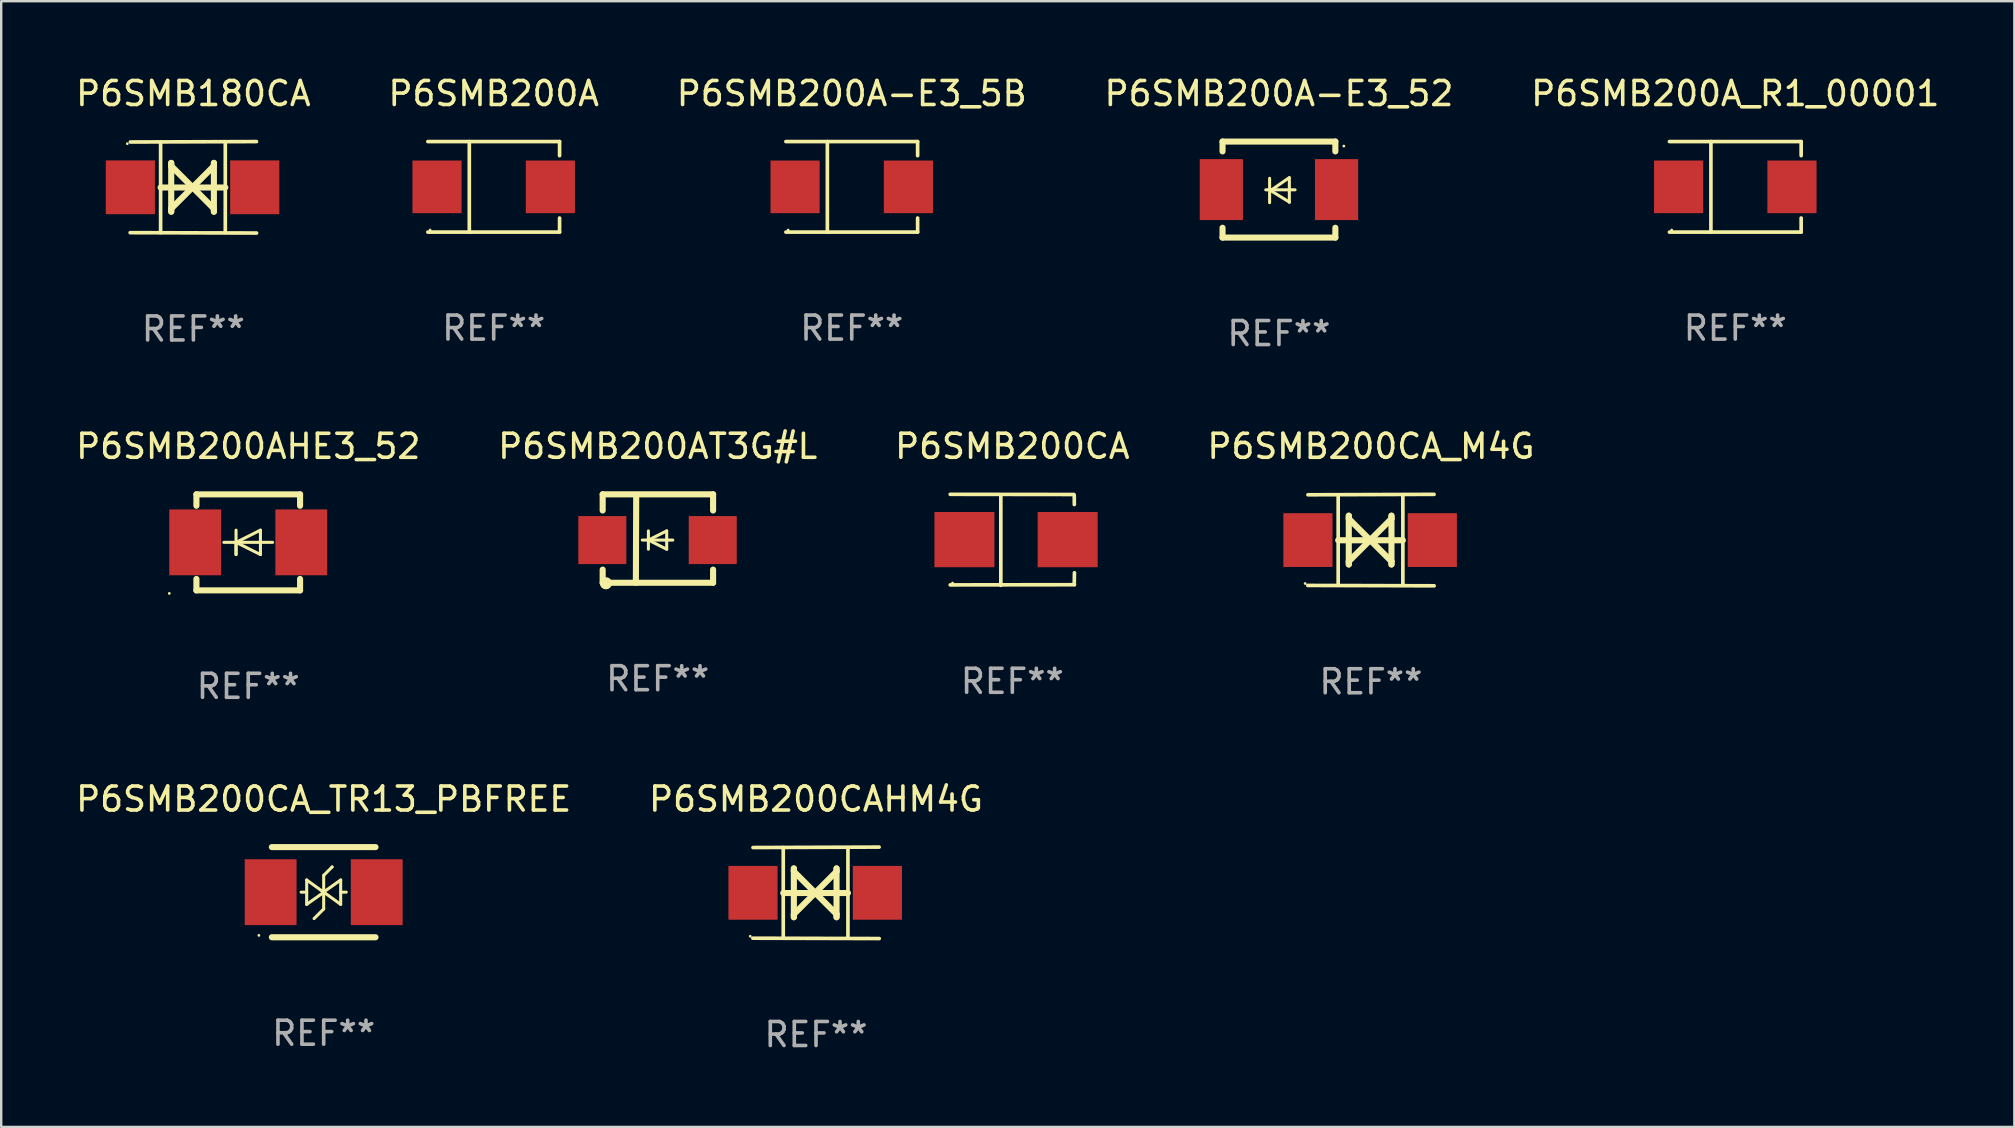
<source format=kicad_pcb>
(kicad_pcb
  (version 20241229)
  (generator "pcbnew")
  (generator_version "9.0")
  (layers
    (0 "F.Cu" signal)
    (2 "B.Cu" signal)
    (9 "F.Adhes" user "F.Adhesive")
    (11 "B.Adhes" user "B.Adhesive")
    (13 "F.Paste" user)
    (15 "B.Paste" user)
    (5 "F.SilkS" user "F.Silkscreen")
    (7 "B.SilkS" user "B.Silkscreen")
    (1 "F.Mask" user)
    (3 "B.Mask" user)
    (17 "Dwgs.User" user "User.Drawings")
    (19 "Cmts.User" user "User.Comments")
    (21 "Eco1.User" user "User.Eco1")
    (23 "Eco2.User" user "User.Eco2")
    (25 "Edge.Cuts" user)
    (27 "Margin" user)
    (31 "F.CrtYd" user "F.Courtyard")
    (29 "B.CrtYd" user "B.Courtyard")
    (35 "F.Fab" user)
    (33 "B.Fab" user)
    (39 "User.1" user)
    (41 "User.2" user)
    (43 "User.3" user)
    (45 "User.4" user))
  (footprint "P6SMB200CA_M4G"
    (layer "F.Cu")
    (at 54.065 19.45)
    (property "Reference" "P6SMB200CA_M4G" (at 0 -3.905 0) (layer "F.SilkS") (effects (font (size 1 1) (thickness 0.15))))
    (attr through_hole)
    (fp_line (start -1.365 1.886) (end -1.365 -1.886) (stroke (width 0.152) (type solid)) (layer "F.SilkS"))
    (fp_line (start -1.365 0.008) (end 1.33 0.008) (stroke (width 0.254) (type solid)) (layer "F.SilkS"))
    (fp_line (start -0.923 -1.016) (end -0.923 1.016) (stroke (width 0.254) (type solid)) (layer "F.SilkS"))
    (fp_line (start -0.923 -0.889) (end -0.923 -1.016) (stroke (width 0.254) (type solid)) (layer "F.SilkS"))
    (fp_line (start -0.923 0.889) (end -0.034 0) (stroke (width 0.254) (type solid)) (layer "F.SilkS"))
    (fp_line (start -0.923 1.016) (end -0.923 0.889) (stroke (width 0.254) (type solid)) (layer "F.SilkS"))
    (fp_line (start -0.034 0) (end -0.923 -0.889) (stroke (width 0.254) (type solid)) (layer "F.SilkS"))
    (fp_line (start -0.034 0) (end 0.855 0.889) (stroke (width 0.254) (type solid)) (layer "F.SilkS"))
    (fp_line (start 0.855 -1.016) (end 0.855 -0.889) (stroke (width 0.254) (type solid)) (layer "F.SilkS"))
    (fp_line (start 0.855 -0.889) (end -0.034 0) (stroke (width 0.254) (type solid)) (layer "F.SilkS"))
    (fp_line (start 0.855 0.889) (end 0.855 1.016) (stroke (width 0.254) (type solid)) (layer "F.SilkS"))
    (fp_line (start 0.855 1.016) (end 0.855 -1.016) (stroke (width 0.254) (type solid)) (layer "F.SilkS"))
    (fp_line (start 1.33 1.886) (end 1.33 -1.886) (stroke (width 0.152) (type solid)) (layer "F.SilkS"))
    (fp_line (start 2.629 -1.905) (end -2.625 -1.887) (stroke (width 0.152) (type solid)) (layer "F.SilkS"))
    (fp_line (start 2.633 1.905) (end -2.633 1.89) (stroke (width 0.152) (type solid)) (layer "F.SilkS"))
    (fp_circle (center -2.741 1.81) (end -2.711 1.81) (stroke (width 0.06) (type solid)) (fill no) (layer "F.SilkS"))
    (fp_text user "REF**" (at 0 5.905 0) (layer "F.Fab") (effects (font (size 1 1) (thickness 0.15))))
    (pad "1" smd rect (at -2.625 0) (size 2.047 2.241) (layers "F.Cu" "F.Mask" "F.Paste"))
    (pad "2" smd rect (at 2.557 0) (size 2.047 2.241) (layers "F.Cu" "F.Mask" "F.Paste")))
  (footprint "P6SMB200AHE3_52"
    (layer "F.Cu")
    (at 7.292 19.545)
    (property "Reference" "P6SMB200AHE3_52" (at 0 -4 0) (layer "F.SilkS") (effects (font (size 1 1) (thickness 0.15))))
    (attr through_hole)
    (fp_line (start -2.159 -2) (end 2.159 -2) (stroke (width 0.254) (type solid)) (layer "F.SilkS"))
    (fp_line (start -2.159 -1.524) (end -2.159 -2) (stroke (width 0.254) (type solid)) (layer "F.SilkS"))
    (fp_line (start -2.159 1.524) (end -2.159 2) (stroke (width 0.254) (type solid)) (layer "F.SilkS"))
    (fp_line (start -2.159 2) (end 2.159 2) (stroke (width 0.254) (type solid)) (layer "F.SilkS"))
    (fp_line (start -0.508 0) (end -0.508 0.508) (stroke (width 0.127) (type solid)) (layer "F.SilkS"))
    (fp_line (start -0.508 0) (end 0.508 0.508) (stroke (width 0.127) (type solid)) (layer "F.SilkS"))
    (fp_line (start -0.508 0.508) (end -0.508 -0.508) (stroke (width 0.127) (type solid)) (layer "F.SilkS"))
    (fp_line (start 0.508 -0.508) (end -0.508 0) (stroke (width 0.127) (type solid)) (layer "F.SilkS"))
    (fp_line (start 0.508 0.508) (end 0.508 -0.508) (stroke (width 0.127) (type solid)) (layer "F.SilkS"))
    (fp_line (start 1.016 0) (end -1.016 0) (stroke (width 0.127) (type solid)) (layer "F.SilkS"))
    (fp_line (start 2.159 -2) (end 2.159 -1.524) (stroke (width 0.254) (type solid)) (layer "F.SilkS"))
    (fp_line (start 2.159 2) (end 2.159 1.524) (stroke (width 0.254) (type solid)) (layer "F.SilkS"))
    (fp_circle (center -3.289 2.127) (end -3.259 2.127) (stroke (width 0.06) (type solid)) (fill no) (layer "F.SilkS"))
    (fp_text user "REF**" (at 0 6 0) (layer "F.Fab") (effects (font (size 1 1) (thickness 0.15))))
    (pad "1" smd rect (at -2.21 0 180) (size 2.159 2.743) (layers "F.Cu" "F.Mask" "F.Paste"))
    (pad "2" smd rect (at 2.21 0 180) (size 2.159 2.743) (layers "F.Cu" "F.Mask" "F.Paste")))
  (footprint "P6SMB200A"
    (layer "F.Cu")
    (at 17.518 4.734)
    (property "Reference" "P6SMB200A" (at 0 -3.886 0) (layer "F.SilkS") (effects (font (size 1 1) (thickness 0.15))))
    (attr through_hole)
    (fp_line (start -2.744 -1.886) (end 2.744 -1.886) (stroke (width 0.152) (type solid)) (layer "F.SilkS"))
    (fp_line (start -2.744 1.886) (end 2.744 1.886) (stroke (width 0.152) (type solid)) (layer "F.SilkS"))
    (fp_line (start -1.016 -1.886) (end -1.016 1.886) (stroke (width 0.152) (type solid)) (layer "F.SilkS"))
    (fp_line (start 2.744 -1.886) (end 2.744 -1.299) (stroke (width 0.152) (type solid)) (layer "F.SilkS"))
    (fp_line (start 2.744 1.886) (end 2.744 1.299) (stroke (width 0.152) (type solid)) (layer "F.SilkS"))
    (fp_circle (center -2.65 1.8) (end -2.62 1.8) (stroke (width 0.06) (type solid)) (fill no) (layer "F.SilkS"))
    (fp_text user "REF**" (at 0 5.886 0) (layer "F.Fab") (effects (font (size 1 1) (thickness 0.15))))
    (pad "1" smd rect (at -2.361 0) (size 2.047 2.192) (layers "F.Cu" "F.Mask" "F.Paste"))
    (pad "2" smd rect (at 2.361 0) (size 2.047 2.192) (layers "F.Cu" "F.Mask" "F.Paste")))
  (footprint "P6SMB200A-E3_52"
    (layer "F.Cu")
    (at 50.232 4.848)
    (property "Reference" "P6SMB200A-E3_52" (at 0 -4 0) (layer "F.SilkS") (effects (font (size 1 1) (thickness 0.15))))
    (attr through_hole)
    (fp_line (start -2.35 -2) (end -2.35 -1.591) (stroke (width 0.254) (type solid)) (layer "F.SilkS"))
    (fp_line (start -2.35 -2) (end 2.35 -2) (stroke (width 0.254) (type solid)) (layer "F.SilkS"))
    (fp_line (start -2.35 1.591) (end -2.35 2) (stroke (width 0.254) (type solid)) (layer "F.SilkS"))
    (fp_line (start -2.35 2) (end 2.35 2) (stroke (width 0.254) (type solid)) (layer "F.SilkS"))
    (fp_line (start -0.548 0.01) (end 0.671 0.01) (stroke (width 0.127) (type solid)) (layer "F.SilkS"))
    (fp_line (start -0.389 -0.47) (end -0.389 0.546) (stroke (width 0.127) (type solid)) (layer "F.SilkS"))
    (fp_line (start -0.35 0.04) (end 0.433 0.52) (stroke (width 0.127) (type solid)) (layer "F.SilkS"))
    (fp_line (start 0.433 -0.5) (end -0.35 0.04) (stroke (width 0.127) (type solid)) (layer "F.SilkS"))
    (fp_line (start 0.433 0.53) (end 0.433 -0.486) (stroke (width 0.127) (type solid)) (layer "F.SilkS"))
    (fp_line (start 2.35 -2) (end 2.35 -1.591) (stroke (width 0.254) (type solid)) (layer "F.SilkS"))
    (fp_line (start 2.35 1.591) (end 2.35 2) (stroke (width 0.254) (type solid)) (layer "F.SilkS"))
    (fp_circle (center 2.704 -1.813) (end 2.734 -1.813) (stroke (width 0.06) (type solid)) (fill no) (layer "F.SilkS"))
    (fp_text user "REF**" (at 0 6 0) (layer "F.Fab") (effects (font (size 1 1) (thickness 0.15))))
    (pad "1" smd rect (at 2.4 0) (size 1.8 2.54) (layers "F.Cu" "F.Mask" "F.Paste"))
    (pad "2" smd rect (at -2.4 0) (size 1.8 2.54) (layers "F.Cu" "F.Mask" "F.Paste")))
  (footprint "P6SMB180CA"
    (layer "F.Cu")
    (at 5.006 4.753)
    (property "Reference" "P6SMB180CA" (at 0 -3.905 0) (layer "F.SilkS") (effects (font (size 1 1) (thickness 0.15))))
    (attr through_hole)
    (fp_line (start -1.365 1.886) (end -1.365 -1.886) (stroke (width 0.152) (type solid)) (layer "F.SilkS"))
    (fp_line (start -1.365 0.008) (end 1.33 0.008) (stroke (width 0.254) (type solid)) (layer "F.SilkS"))
    (fp_line (start -0.923 -1.016) (end -0.923 1.016) (stroke (width 0.254) (type solid)) (layer "F.SilkS"))
    (fp_line (start -0.923 -0.889) (end -0.923 -1.016) (stroke (width 0.254) (type solid)) (layer "F.SilkS"))
    (fp_line (start -0.923 0.889) (end -0.034 0) (stroke (width 0.254) (type solid)) (layer "F.SilkS"))
    (fp_line (start -0.923 1.016) (end -0.923 0.889) (stroke (width 0.254) (type solid)) (layer "F.SilkS"))
    (fp_line (start -0.034 0) (end -0.923 -0.889) (stroke (width 0.254) (type solid)) (layer "F.SilkS"))
    (fp_line (start -0.034 0) (end 0.855 0.889) (stroke (width 0.254) (type solid)) (layer "F.SilkS"))
    (fp_line (start 0.855 -1.016) (end 0.855 -0.889) (stroke (width 0.254) (type solid)) (layer "F.SilkS"))
    (fp_line (start 0.855 -0.889) (end -0.034 0) (stroke (width 0.254) (type solid)) (layer "F.SilkS"))
    (fp_line (start 0.855 0.889) (end 0.855 1.016) (stroke (width 0.254) (type solid)) (layer "F.SilkS"))
    (fp_line (start 0.855 1.016) (end 0.855 -1.016) (stroke (width 0.254) (type solid)) (layer "F.SilkS"))
    (fp_line (start 1.33 1.886) (end 1.33 -1.886) (stroke (width 0.152) (type solid)) (layer "F.SilkS"))
    (fp_line (start 2.629 -1.905) (end -2.625 -1.887) (stroke (width 0.152) (type solid)) (layer "F.SilkS"))
    (fp_line (start 2.633 1.905) (end -2.633 1.89) (stroke (width 0.152) (type solid)) (layer "F.SilkS"))
    (fp_circle (center -2.753 -1.816) (end -2.723 -1.816) (stroke (width 0.06) (type solid)) (fill no) (layer "F.SilkS"))
    (fp_text user "REF**" (at 0 5.905 0) (layer "F.Fab") (effects (font (size 1 1) (thickness 0.15))))
    (pad "1" smd rect (at -2.625 0) (size 2.047 2.241) (layers "F.Cu" "F.Mask" "F.Paste"))
    (pad "2" smd rect (at 2.557 0) (size 2.047 2.241) (layers "F.Cu" "F.Mask" "F.Paste")))
  (footprint "P6SMB200A-E3_5B"
    (layer "F.Cu")
    (at 32.435 4.734)
    (property "Reference" "P6SMB200A-E3_5B" (at 0 -3.886 0) (layer "F.SilkS") (effects (font (size 1 1) (thickness 0.15))))
    (attr through_hole)
    (fp_line (start -2.744 -1.886) (end 2.744 -1.886) (stroke (width 0.152) (type solid)) (layer "F.SilkS"))
    (fp_line (start -2.744 1.886) (end 2.744 1.886) (stroke (width 0.152) (type solid)) (layer "F.SilkS"))
    (fp_line (start -1.016 -1.886) (end -1.016 1.886) (stroke (width 0.152) (type solid)) (layer "F.SilkS"))
    (fp_line (start 2.744 -1.886) (end 2.744 -1.299) (stroke (width 0.152) (type solid)) (layer "F.SilkS"))
    (fp_line (start 2.744 1.886) (end 2.744 1.299) (stroke (width 0.152) (type solid)) (layer "F.SilkS"))
    (fp_circle (center -2.65 1.8) (end -2.62 1.8) (stroke (width 0.06) (type solid)) (fill no) (layer "F.SilkS"))
    (fp_text user "REF**" (at 0 5.886 0) (layer "F.Fab") (effects (font (size 1 1) (thickness 0.15))))
    (pad "1" smd rect (at -2.361 0) (size 2.047 2.192) (layers "F.Cu" "F.Mask" "F.Paste"))
    (pad "2" smd rect (at 2.361 0) (size 2.047 2.192) (layers "F.Cu" "F.Mask" "F.Paste")))
  (footprint "P6SMB200CA"
    (layer "F.Cu")
    (at 39.125 19.44)
    (property "Reference" "P6SMB200CA" (at 0 -3.896 0) (layer "F.SilkS") (effects (font (size 1 1) (thickness 0.15))))
    (attr through_hole)
    (fp_line (start -2.588 -1.896) (end 2.568 -1.889) (stroke (width 0.152) (type solid)) (layer "F.SilkS"))
    (fp_line (start -2.588 1.877) (end 2.588 1.87) (stroke (width 0.152) (type solid)) (layer "F.SilkS"))
    (fp_line (start -0.48 1.896) (end -0.48 -1.871) (stroke (width 0.152) (type solid)) (layer "F.SilkS"))
    (fp_line (start 2.579 -1.849) (end 2.582 -1.472) (stroke (width 0.152) (type solid)) (layer "F.SilkS"))
    (fp_line (start 2.579 1.867) (end 2.587 1.372) (stroke (width 0.152) (type solid)) (layer "F.SilkS"))
    (fp_circle (center -2.492 1.801) (end -2.462 1.801) (stroke (width 0.06) (type solid)) (fill no) (layer "F.SilkS"))
    (fp_text user "REF**" (at 0 5.896 0) (layer "F.Fab") (effects (font (size 1 1) (thickness 0.15))))
    (pad "1" smd rect (at -1.995 -0.009) (size 2.5 2.3) (layers "F.Cu" "F.Mask" "F.Paste"))
    (pad "2" smd rect (at 2.305 -0.009) (size 2.5 2.3) (layers "F.Cu" "F.Mask" "F.Paste")))
  (footprint "P6SMB200CA_TR13_PBFREE"
    (layer "F.Cu")
    (at 10.435 34.119)
    (property "Reference" "P6SMB200CA_TR13_PBFREE" (at 0 -3.878 0) (layer "F.SilkS") (effects (font (size 1 1) (thickness 0.15))))
    (attr through_hole)
    (fp_line (start -2.159 -1.878) (end 2.159 -1.878) (stroke (width 0.254) (type solid)) (layer "F.SilkS"))
    (fp_line (start -0.716 0) (end -0.94 0) (stroke (width 0.127) (type solid)) (layer "F.SilkS"))
    (fp_line (start -0.708 -0.508) (end -0.708 0.508) (stroke (width 0.127) (type solid)) (layer "F.SilkS"))
    (fp_line (start -0.708 -0.508) (end 0 0.003) (stroke (width 0.127) (type solid)) (layer "F.SilkS"))
    (fp_line (start -0.708 0.008) (end -0.716 0) (stroke (width 0.127) (type solid)) (layer "F.SilkS"))
    (fp_line (start -0.708 0.508) (end 0 0.007) (stroke (width 0.127) (type solid)) (layer "F.SilkS"))
    (fp_line (start 0 -0.7) (end 0 0.7) (stroke (width 0.127) (type solid)) (layer "F.SilkS"))
    (fp_line (start 0 -0.7) (end 0.35 -1.05) (stroke (width 0.127) (type solid)) (layer "F.SilkS"))
    (fp_line (start 0 0.7) (end -0.4 1.1) (stroke (width 0.127) (type solid)) (layer "F.SilkS"))
    (fp_line (start 0.35 -1.05) (end 0.35 -1.05) (stroke (width 0.127) (type solid)) (layer "F.SilkS"))
    (fp_line (start 0.708 0.008) (end 0.716 0) (stroke (width 0.127) (type solid)) (layer "F.SilkS"))
    (fp_line (start 0.708 0.508) (end 0.708 -0.508) (stroke (width 0.127) (type solid)) (layer "F.SilkS"))
    (fp_line (start 0.708 -0.508) (end 0 -0.007) (stroke (width 0.127) (type solid)) (layer "F.SilkS"))
    (fp_line (start 0.708 0.508) (end 0 -0.003) (stroke (width 0.127) (type solid)) (layer "F.SilkS"))
    (fp_line (start 0.716 0) (end 0.94 0) (stroke (width 0.127) (type solid)) (layer "F.SilkS"))
    (fp_line (start 2.159 1.878) (end -2.159 1.878) (stroke (width 0.254) (type solid)) (layer "F.SilkS"))
    (fp_circle (center -2.7 1.8) (end -2.67 1.8) (stroke (width 0.06) (type solid)) (fill no) (layer "F.SilkS"))
    (fp_text user "REF**" (at 0 5.878 0) (layer "F.Fab") (effects (font (size 1 1) (thickness 0.15))))
    (pad "1" smd rect (at -2.21 0) (size 2.159 2.743) (layers "F.Cu" "F.Mask" "F.Paste"))
    (pad "2" smd rect (at 2.21 0) (size 2.159 2.743) (layers "F.Cu" "F.Mask" "F.Paste")))
  (footprint "P6SMB200A_R1_00001"
    (layer "F.Cu")
    (at 69.244 4.734)
    (property "Reference" "P6SMB200A_R1_00001" (at 0 -3.886 0) (layer "F.SilkS") (effects (font (size 1 1) (thickness 0.15))))
    (attr through_hole)
    (fp_line (start -2.744 -1.886) (end 2.744 -1.886) (stroke (width 0.152) (type solid)) (layer "F.SilkS"))
    (fp_line (start -2.744 1.886) (end 2.744 1.886) (stroke (width 0.152) (type solid)) (layer "F.SilkS"))
    (fp_line (start -1.016 -1.886) (end -1.016 1.886) (stroke (width 0.152) (type solid)) (layer "F.SilkS"))
    (fp_line (start 2.744 -1.886) (end 2.744 -1.299) (stroke (width 0.152) (type solid)) (layer "F.SilkS"))
    (fp_line (start 2.744 1.886) (end 2.744 1.299) (stroke (width 0.152) (type solid)) (layer "F.SilkS"))
    (fp_circle (center -2.65 1.8) (end -2.62 1.8) (stroke (width 0.06) (type solid)) (fill no) (layer "F.SilkS"))
    (fp_text user "REF**" (at 0 5.886 0) (layer "F.Fab") (effects (font (size 1 1) (thickness 0.15))))
    (pad "1" smd rect (at -2.361 0) (size 2.047 2.192) (layers "F.Cu" "F.Mask" "F.Paste"))
    (pad "2" smd rect (at 2.361 0) (size 2.047 2.192) (layers "F.Cu" "F.Mask" "F.Paste")))
  (footprint "P6SMB200AT3G#L"
    (layer "F.Cu")
    (at 24.351 19.386)
    (property "Reference" "P6SMB200AT3G#L" (at 0 -3.842 0) (layer "F.SilkS") (effects (font (size 1 1) (thickness 0.15))))
    (attr through_hole)
    (fp_line (start -2.293 -1.842) (end -2.293 -1.168) (stroke (width 0.254) (type solid)) (layer "F.SilkS"))
    (fp_line (start -2.293 -1.842) (end 2.307 -1.842) (stroke (width 0.254) (type solid)) (layer "F.SilkS"))
    (fp_line (start -2.293 1.295) (end -2.293 1.842) (stroke (width 0.254) (type solid)) (layer "F.SilkS"))
    (fp_line (start -2.293 1.842) (end 2.307 1.842) (stroke (width 0.254) (type solid)) (layer "F.SilkS"))
    (fp_line (start -0.896 -1.736) (end -0.91 1.842) (stroke (width 0.254) (type solid)) (layer "F.SilkS"))
    (fp_line (start -0.388 0.064) (end -0.388 -0.318) (stroke (width 0.127) (type solid)) (layer "F.SilkS"))
    (fp_line (start -0.388 0.064) (end -0.388 0.445) (stroke (width 0.127) (type solid)) (layer "F.SilkS"))
    (fp_line (start 0.374 -0.318) (end -0.388 0.064) (stroke (width 0.127) (type solid)) (layer "F.SilkS"))
    (fp_line (start 0.374 0.064) (end 0.374 -0.318) (stroke (width 0.127) (type solid)) (layer "F.SilkS"))
    (fp_line (start 0.374 0.064) (end 0.374 0.445) (stroke (width 0.127) (type solid)) (layer "F.SilkS"))
    (fp_line (start 0.374 0.445) (end -0.388 0.064) (stroke (width 0.127) (type solid)) (layer "F.SilkS"))
    (fp_line (start 0.628 0.064) (end -0.642 0.064) (stroke (width 0.127) (type solid)) (layer "F.SilkS"))
    (fp_line (start 2.307 -1.842) (end 2.307 -1.168) (stroke (width 0.254) (type solid)) (layer "F.SilkS"))
    (fp_line (start 2.307 1.295) (end 2.307 1.842) (stroke (width 0.254) (type solid)) (layer "F.SilkS"))
    (fp_circle (center -2.157 1.863) (end -2.03 1.863) (stroke (width 0.254) (type solid)) (fill no) (layer "F.SilkS"))
    (fp_text user "REF**" (at 0 5.842 0) (layer "F.Fab") (effects (font (size 1 1) (thickness 0.15))))
    (pad "1" smd rect (at -2.307 0.064 180) (size 2 2) (layers "F.Cu" "F.Mask" "F.Paste"))
    (pad "2" smd rect (at 2.293 0.064 180) (size 2 2) (layers "F.Cu" "F.Mask" "F.Paste")))
  (footprint "P6SMB200CAHM4G"
    (layer "F.Cu")
    (at 30.946 34.146)
    (property "Reference" "P6SMB200CAHM4G" (at 0 -3.905 0) (layer "F.SilkS") (effects (font (size 1 1) (thickness 0.15))))
    (attr through_hole)
    (fp_line (start -1.365 1.886) (end -1.365 -1.886) (stroke (width 0.152) (type solid)) (layer "F.SilkS"))
    (fp_line (start -1.365 0.008) (end 1.33 0.008) (stroke (width 0.254) (type solid)) (layer "F.SilkS"))
    (fp_line (start -0.923 -1.016) (end -0.923 1.016) (stroke (width 0.254) (type solid)) (layer "F.SilkS"))
    (fp_line (start -0.923 -0.889) (end -0.923 -1.016) (stroke (width 0.254) (type solid)) (layer "F.SilkS"))
    (fp_line (start -0.923 0.889) (end -0.034 0) (stroke (width 0.254) (type solid)) (layer "F.SilkS"))
    (fp_line (start -0.923 1.016) (end -0.923 0.889) (stroke (width 0.254) (type solid)) (layer "F.SilkS"))
    (fp_line (start -0.034 0) (end -0.923 -0.889) (stroke (width 0.254) (type solid)) (layer "F.SilkS"))
    (fp_line (start -0.034 0) (end 0.855 0.889) (stroke (width 0.254) (type solid)) (layer "F.SilkS"))
    (fp_line (start 0.855 -1.016) (end 0.855 -0.889) (stroke (width 0.254) (type solid)) (layer "F.SilkS"))
    (fp_line (start 0.855 -0.889) (end -0.034 0) (stroke (width 0.254) (type solid)) (layer "F.SilkS"))
    (fp_line (start 0.855 0.889) (end 0.855 1.016) (stroke (width 0.254) (type solid)) (layer "F.SilkS"))
    (fp_line (start 0.855 1.016) (end 0.855 -1.016) (stroke (width 0.254) (type solid)) (layer "F.SilkS"))
    (fp_line (start 1.33 1.886) (end 1.33 -1.886) (stroke (width 0.152) (type solid)) (layer "F.SilkS"))
    (fp_line (start 2.629 -1.905) (end -2.625 -1.887) (stroke (width 0.152) (type solid)) (layer "F.SilkS"))
    (fp_line (start 2.633 1.905) (end -2.633 1.89) (stroke (width 0.152) (type solid)) (layer "F.SilkS"))
    (fp_circle (center -2.741 1.81) (end -2.711 1.81) (stroke (width 0.06) (type solid)) (fill no) (layer "F.SilkS"))
    (fp_text user "REF**" (at 0 5.905 0) (layer "F.Fab") (effects (font (size 1 1) (thickness 0.15))))
    (pad "1" smd rect (at -2.625 0) (size 2.047 2.241) (layers "F.Cu" "F.Mask" "F.Paste"))
    (pad "2" smd rect (at 2.557 0) (size 2.047 2.241) (layers "F.Cu" "F.Mask" "F.Paste")))
  (gr_rect
    (start -3 -3)
    (end 80.869 43.9)
    (stroke (width 0.1) (type default))
    (fill no)
    (layer "Edge.Cuts")))
</source>
